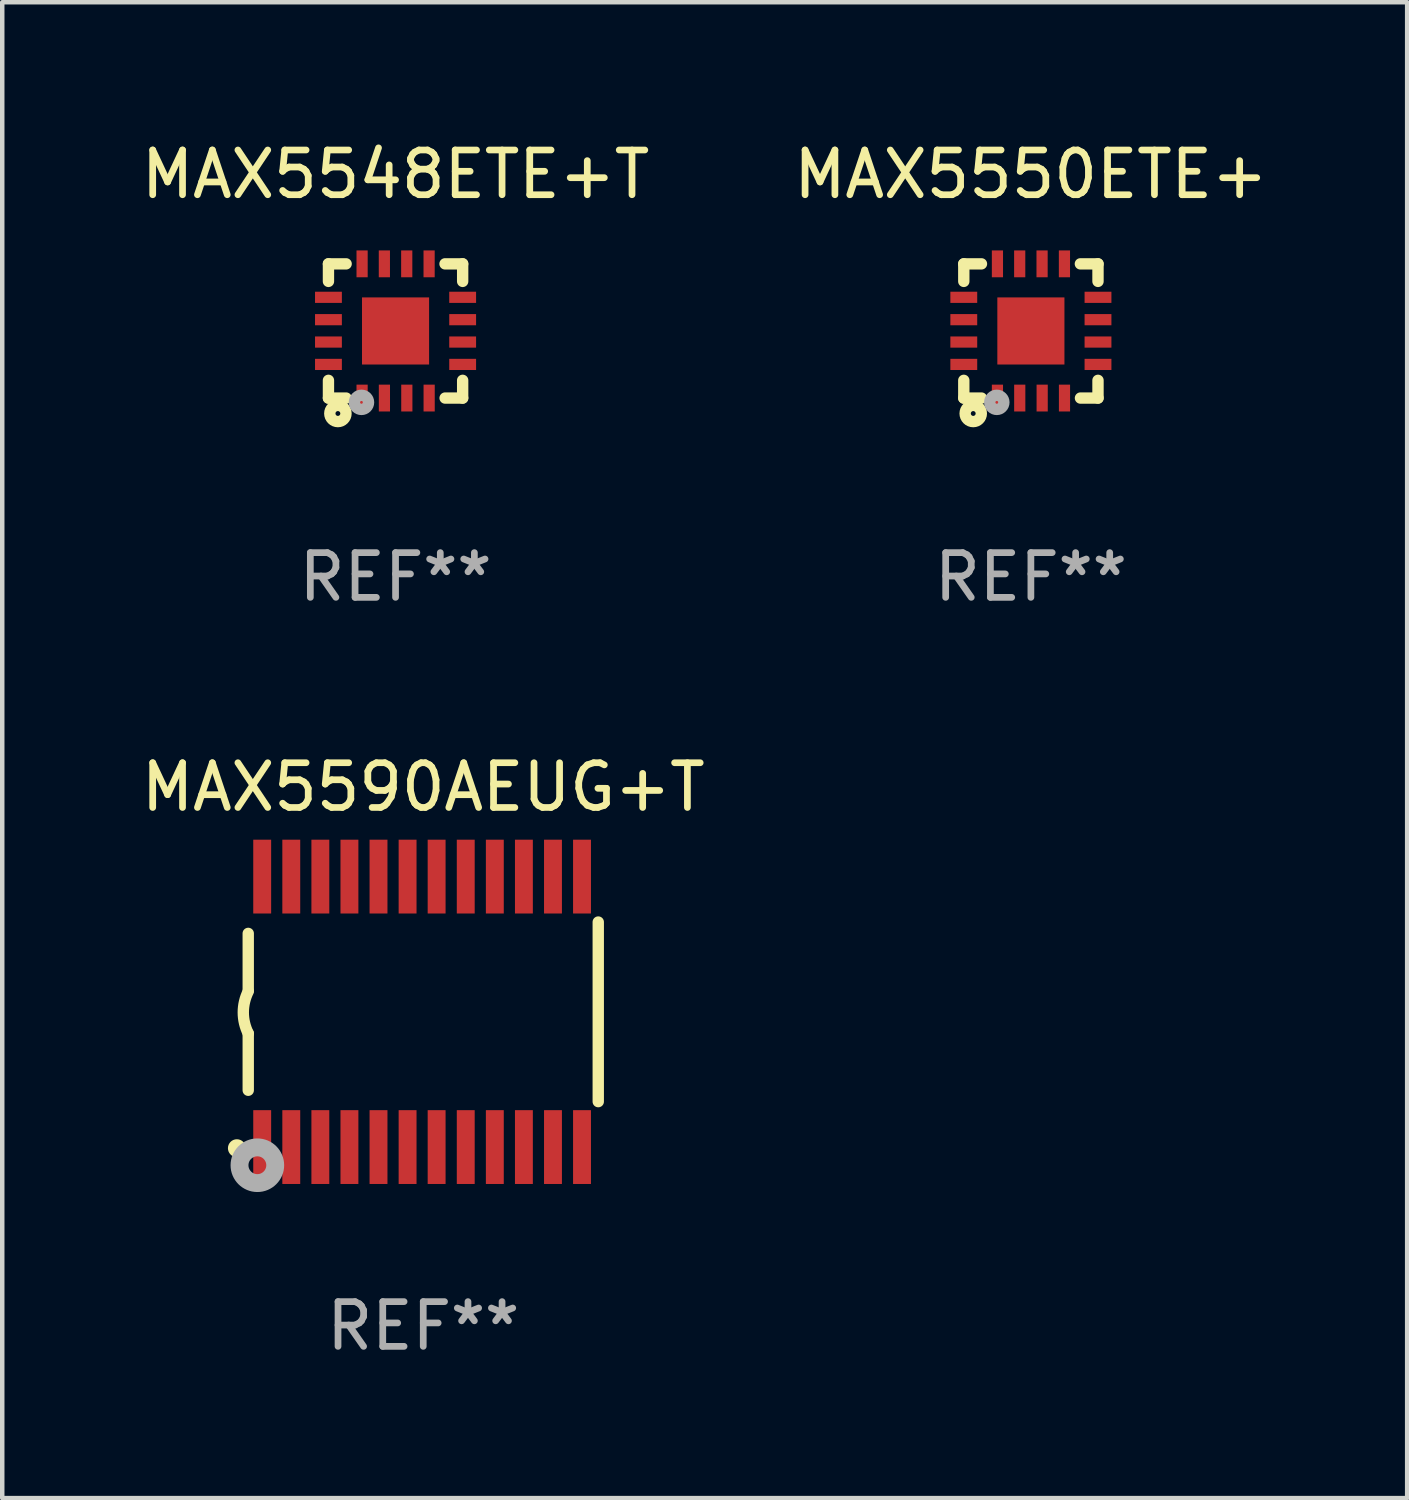
<source format=kicad_pcb>
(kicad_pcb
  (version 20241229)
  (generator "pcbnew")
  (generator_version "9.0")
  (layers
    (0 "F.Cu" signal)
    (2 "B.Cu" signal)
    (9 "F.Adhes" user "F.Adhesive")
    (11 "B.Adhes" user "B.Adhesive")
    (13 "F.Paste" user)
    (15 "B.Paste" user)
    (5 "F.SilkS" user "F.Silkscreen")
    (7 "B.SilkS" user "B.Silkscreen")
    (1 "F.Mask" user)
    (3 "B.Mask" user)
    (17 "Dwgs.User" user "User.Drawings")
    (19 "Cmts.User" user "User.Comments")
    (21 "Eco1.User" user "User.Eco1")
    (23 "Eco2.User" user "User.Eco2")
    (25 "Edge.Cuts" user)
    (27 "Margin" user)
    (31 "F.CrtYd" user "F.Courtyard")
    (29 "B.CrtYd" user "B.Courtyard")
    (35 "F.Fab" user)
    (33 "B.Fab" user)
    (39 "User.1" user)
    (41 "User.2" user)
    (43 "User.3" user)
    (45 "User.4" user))
  (footprint "MAX5550ETE+"
    (layer "F.Cu")
    (at 19.994 4.348)
    (property "Reference" "MAX5550ETE+" (at 0 -3.5 0) (layer "F.SilkS") (effects (font (size 1 1) (thickness 0.15))))
    (attr through_hole)
    (fp_line (start -1.5 -1.5) (end -1.5 -1.108) (stroke (width 0.254) (type solid)) (layer "F.SilkS"))
    (fp_line (start -1.5 -1.5) (end -1.105 -1.5) (stroke (width 0.254) (type solid)) (layer "F.SilkS"))
    (fp_line (start -1.5 1.104) (end -1.5 1.5) (stroke (width 0.254) (type solid)) (layer "F.SilkS"))
    (fp_line (start -1.5 1.5) (end -1.105 1.5) (stroke (width 0.254) (type solid)) (layer "F.SilkS"))
    (fp_line (start 1.106 -1.5) (end 1.5 -1.5) (stroke (width 0.254) (type solid)) (layer "F.SilkS"))
    (fp_line (start 1.108 1.5) (end 1.5 1.5) (stroke (width 0.254) (type solid)) (layer "F.SilkS"))
    (fp_line (start 1.5 -1.108) (end 1.5 -1.5) (stroke (width 0.254) (type solid)) (layer "F.SilkS"))
    (fp_line (start 1.5 1.5) (end 1.5 1.104) (stroke (width 0.254) (type solid)) (layer "F.SilkS"))
    (fp_circle (center -1.5 1.5) (end -1.47 1.5) (stroke (width 0.06) (type solid)) (fill no) (layer "F.SilkS"))
    (fp_circle (center -1.289 1.845) (end -1.235 1.845) (stroke (width 0.254) (type solid)) (fill no) (layer "F.SilkS"))
    (fp_circle (center -0.762 1.596) (end -0.731 1.596) (stroke (width 0.254) (type solid)) (fill no) (layer "F.Fab"))
    (fp_text user "REF**" (at 0 5.5 0) (layer "F.Fab") (effects (font (size 1 1) (thickness 0.15))))
    (pad "1" smd rect (at -0.748 1.5 180) (size 0.25 0.6) (layers "F.Cu" "F.Mask" "F.Paste"))
    (pad "2" smd rect (at -0.249 1.5 180) (size 0.25 0.6) (layers "F.Cu" "F.Mask" "F.Paste"))
    (pad "3" smd rect (at 0.252 1.5 180) (size 0.25 0.6) (layers "F.Cu" "F.Mask" "F.Paste"))
    (pad "4" smd rect (at 0.751 1.5 180) (size 0.25 0.6) (layers "F.Cu" "F.Mask" "F.Paste"))
    (pad "5" smd rect (at 1.5 0.748 270) (size 0.25 0.6) (layers "F.Cu" "F.Mask" "F.Paste"))
    (pad "6" smd rect (at 1.5 0.248 270) (size 0.25 0.6) (layers "F.Cu" "F.Mask" "F.Paste"))
    (pad "7" smd rect (at 1.5 -0.252 270) (size 0.25 0.6) (layers "F.Cu" "F.Mask" "F.Paste"))
    (pad "8" smd rect (at 1.5 -0.752 270) (size 0.25 0.6) (layers "F.Cu" "F.Mask" "F.Paste"))
    (pad "9" smd rect (at 0.75 -1.5) (size 0.25 0.6) (layers "F.Cu" "F.Mask" "F.Paste"))
    (pad "10" smd rect (at 0.25 -1.5) (size 0.25 0.6) (layers "F.Cu" "F.Mask" "F.Paste"))
    (pad "11" smd rect (at -0.25 -1.5) (size 0.25 0.6) (layers "F.Cu" "F.Mask" "F.Paste"))
    (pad "12" smd rect (at -0.748 -1.5) (size 0.25 0.6) (layers "F.Cu" "F.Mask" "F.Paste"))
    (pad "13" smd rect (at -1.5 -0.752 90) (size 0.25 0.6) (layers "F.Cu" "F.Mask" "F.Paste"))
    (pad "14" smd rect (at -1.5 -0.252 90) (size 0.25 0.6) (layers "F.Cu" "F.Mask" "F.Paste"))
    (pad "15" smd rect (at -1.5 0.248 90) (size 0.25 0.6) (layers "F.Cu" "F.Mask" "F.Paste"))
    (pad "16" smd rect (at -1.5 0.748 90) (size 0.25 0.6) (layers "F.Cu" "F.Mask" "F.Paste"))
    (pad "17" smd rect (at -0.000064 0.000076 90) (size 1.5 1.5) (layers "F.Cu" "F.Mask" "F.Paste")))
  (footprint "MAX5590AEUG+T"
    (layer "F.Cu")
    (at 6.411 19.568)
    (property "Reference" "MAX5590AEUG+T" (at 0 -5.023 0) (layer "F.SilkS") (effects (font (size 1 1) (thickness 0.15))))
    (attr through_hole)
    (fp_line (start -3.912 -0.483) (end -3.912 -1.753) (stroke (width 0.254) (type solid)) (layer "F.SilkS"))
    (fp_line (start -3.912 1.753) (end -3.912 0.483) (stroke (width 0.254) (type solid)) (layer "F.SilkS"))
    (fp_line (start 3.912 -2.007) (end 3.912 2.007) (stroke (width 0.254) (type solid)) (layer "F.SilkS"))
    (fp_arc (start -3.911608 0.482601) (mid -4.022537 0.0127) (end -3.911608 -0.457201) (stroke (width 0.254001) (type solid)) (layer "F.SilkS"))
    (fp_circle (center -4.166 3.048) (end -4.066 3.048) (stroke (width 0.2) (type solid)) (fill no) (layer "F.SilkS"))
    (fp_circle (center -3.925 3.186) (end -3.895 3.186) (stroke (width 0.06) (type solid)) (fill no) (layer "F.SilkS"))
    (fp_circle (center -3.708 3.429) (end -3.509 3.429) (stroke (width 0.4) (type solid)) (fill no) (layer "F.Fab"))
    (fp_text user "REF**" (at 0 7.023 0) (layer "F.Fab") (effects (font (size 1 1) (thickness 0.15))))
    (pad "1" smd rect (at -3.6 3.023) (size 0.4 1.65) (layers "F.Cu" "F.Mask" "F.Paste"))
    (pad "2" smd rect (at -2.95 3.023) (size 0.4 1.65) (layers "F.Cu" "F.Mask" "F.Paste"))
    (pad "3" smd rect (at -2.3 3.023) (size 0.4 1.65) (layers "F.Cu" "F.Mask" "F.Paste"))
    (pad "4" smd rect (at -1.65 3.023) (size 0.4 1.65) (layers "F.Cu" "F.Mask" "F.Paste"))
    (pad "5" smd rect (at -1 3.023) (size 0.4 1.65) (layers "F.Cu" "F.Mask" "F.Paste"))
    (pad "6" smd rect (at -0.35 3.023) (size 0.4 1.65) (layers "F.Cu" "F.Mask" "F.Paste"))
    (pad "7" smd rect (at 0.299 3.023) (size 0.4 1.65) (layers "F.Cu" "F.Mask" "F.Paste"))
    (pad "8" smd rect (at 0.95 3.023) (size 0.4 1.65) (layers "F.Cu" "F.Mask" "F.Paste"))
    (pad "9" smd rect (at 1.6 3.023) (size 0.4 1.65) (layers "F.Cu" "F.Mask" "F.Paste"))
    (pad "10" smd rect (at 2.25 3.023) (size 0.4 1.65) (layers "F.Cu" "F.Mask" "F.Paste"))
    (pad "11" smd rect (at 2.9 3.023) (size 0.4 1.65) (layers "F.Cu" "F.Mask" "F.Paste"))
    (pad "12" smd rect (at 3.549 3.023) (size 0.4 1.65) (layers "F.Cu" "F.Mask" "F.Paste"))
    (pad "13" smd rect (at 3.549 -3.023) (size 0.4 1.65) (layers "F.Cu" "F.Mask" "F.Paste"))
    (pad "14" smd rect (at 2.9 -3.023) (size 0.4 1.65) (layers "F.Cu" "F.Mask" "F.Paste"))
    (pad "15" smd rect (at 2.25 -3.023) (size 0.4 1.65) (layers "F.Cu" "F.Mask" "F.Paste"))
    (pad "16" smd rect (at 1.6 -3.023) (size 0.4 1.65) (layers "F.Cu" "F.Mask" "F.Paste"))
    (pad "17" smd rect (at 0.95 -3.023) (size 0.4 1.65) (layers "F.Cu" "F.Mask" "F.Paste"))
    (pad "18" smd rect (at 0.299 -3.023) (size 0.4 1.65) (layers "F.Cu" "F.Mask" "F.Paste"))
    (pad "19" smd rect (at -0.35 -3.023) (size 0.4 1.65) (layers "F.Cu" "F.Mask" "F.Paste"))
    (pad "20" smd rect (at -1 -3.023) (size 0.4 1.65) (layers "F.Cu" "F.Mask" "F.Paste"))
    (pad "21" smd rect (at -1.65 -3.023) (size 0.4 1.65) (layers "F.Cu" "F.Mask" "F.Paste"))
    (pad "22" smd rect (at -2.3 -3.023) (size 0.4 1.65) (layers "F.Cu" "F.Mask" "F.Paste"))
    (pad "23" smd rect (at -2.95 -3.023) (size 0.4 1.65) (layers "F.Cu" "F.Mask" "F.Paste"))
    (pad "24" smd rect (at -3.6 -3.023) (size 0.4 1.65) (layers "F.Cu" "F.Mask" "F.Paste")))
  (footprint "MAX5548ETE+T"
    (layer "F.Cu")
    (at 5.792 4.348)
    (property "Reference" "MAX5548ETE+T" (at 0 -3.5 0) (layer "F.SilkS") (effects (font (size 1 1) (thickness 0.15))))
    (attr through_hole)
    (fp_line (start -1.5 -1.5) (end -1.5 -1.108) (stroke (width 0.254) (type solid)) (layer "F.SilkS"))
    (fp_line (start -1.5 -1.5) (end -1.105 -1.5) (stroke (width 0.254) (type solid)) (layer "F.SilkS"))
    (fp_line (start -1.5 1.104) (end -1.5 1.5) (stroke (width 0.254) (type solid)) (layer "F.SilkS"))
    (fp_line (start -1.5 1.5) (end -1.105 1.5) (stroke (width 0.254) (type solid)) (layer "F.SilkS"))
    (fp_line (start 1.106 -1.5) (end 1.5 -1.5) (stroke (width 0.254) (type solid)) (layer "F.SilkS"))
    (fp_line (start 1.108 1.5) (end 1.5 1.5) (stroke (width 0.254) (type solid)) (layer "F.SilkS"))
    (fp_line (start 1.5 -1.108) (end 1.5 -1.5) (stroke (width 0.254) (type solid)) (layer "F.SilkS"))
    (fp_line (start 1.5 1.5) (end 1.5 1.104) (stroke (width 0.254) (type solid)) (layer "F.SilkS"))
    (fp_circle (center -1.5 1.5) (end -1.47 1.5) (stroke (width 0.06) (type solid)) (fill no) (layer "F.SilkS"))
    (fp_circle (center -1.289 1.845) (end -1.235 1.845) (stroke (width 0.254) (type solid)) (fill no) (layer "F.SilkS"))
    (fp_circle (center -0.762 1.596) (end -0.731 1.596) (stroke (width 0.254) (type solid)) (fill no) (layer "F.Fab"))
    (fp_text user "REF**" (at 0 5.5 0) (layer "F.Fab") (effects (font (size 1 1) (thickness 0.15))))
    (pad "1" smd rect (at -0.748 1.5 180) (size 0.25 0.6) (layers "F.Cu" "F.Mask" "F.Paste"))
    (pad "2" smd rect (at -0.249 1.5 180) (size 0.25 0.6) (layers "F.Cu" "F.Mask" "F.Paste"))
    (pad "3" smd rect (at 0.252 1.5 180) (size 0.25 0.6) (layers "F.Cu" "F.Mask" "F.Paste"))
    (pad "4" smd rect (at 0.751 1.5 180) (size 0.25 0.6) (layers "F.Cu" "F.Mask" "F.Paste"))
    (pad "5" smd rect (at 1.5 0.748 270) (size 0.25 0.6) (layers "F.Cu" "F.Mask" "F.Paste"))
    (pad "6" smd rect (at 1.5 0.248 270) (size 0.25 0.6) (layers "F.Cu" "F.Mask" "F.Paste"))
    (pad "7" smd rect (at 1.5 -0.252 270) (size 0.25 0.6) (layers "F.Cu" "F.Mask" "F.Paste"))
    (pad "8" smd rect (at 1.5 -0.752 270) (size 0.25 0.6) (layers "F.Cu" "F.Mask" "F.Paste"))
    (pad "9" smd rect (at 0.75 -1.5) (size 0.25 0.6) (layers "F.Cu" "F.Mask" "F.Paste"))
    (pad "10" smd rect (at 0.25 -1.5) (size 0.25 0.6) (layers "F.Cu" "F.Mask" "F.Paste"))
    (pad "11" smd rect (at -0.25 -1.5) (size 0.25 0.6) (layers "F.Cu" "F.Mask" "F.Paste"))
    (pad "12" smd rect (at -0.748 -1.5) (size 0.25 0.6) (layers "F.Cu" "F.Mask" "F.Paste"))
    (pad "13" smd rect (at -1.5 -0.752 90) (size 0.25 0.6) (layers "F.Cu" "F.Mask" "F.Paste"))
    (pad "14" smd rect (at -1.5 -0.252 90) (size 0.25 0.6) (layers "F.Cu" "F.Mask" "F.Paste"))
    (pad "15" smd rect (at -1.5 0.248 90) (size 0.25 0.6) (layers "F.Cu" "F.Mask" "F.Paste"))
    (pad "16" smd rect (at -1.5 0.748 90) (size 0.25 0.6) (layers "F.Cu" "F.Mask" "F.Paste"))
    (pad "17" smd rect (at -0.000064 0.000076 90) (size 1.5 1.5) (layers "F.Cu" "F.Mask" "F.Paste")))
  (gr_rect
    (start -3 -3)
    (end 28.405 30.438)
    (stroke (width 0.1) (type default))
    (fill no)
    (layer "Edge.Cuts")))
</source>
